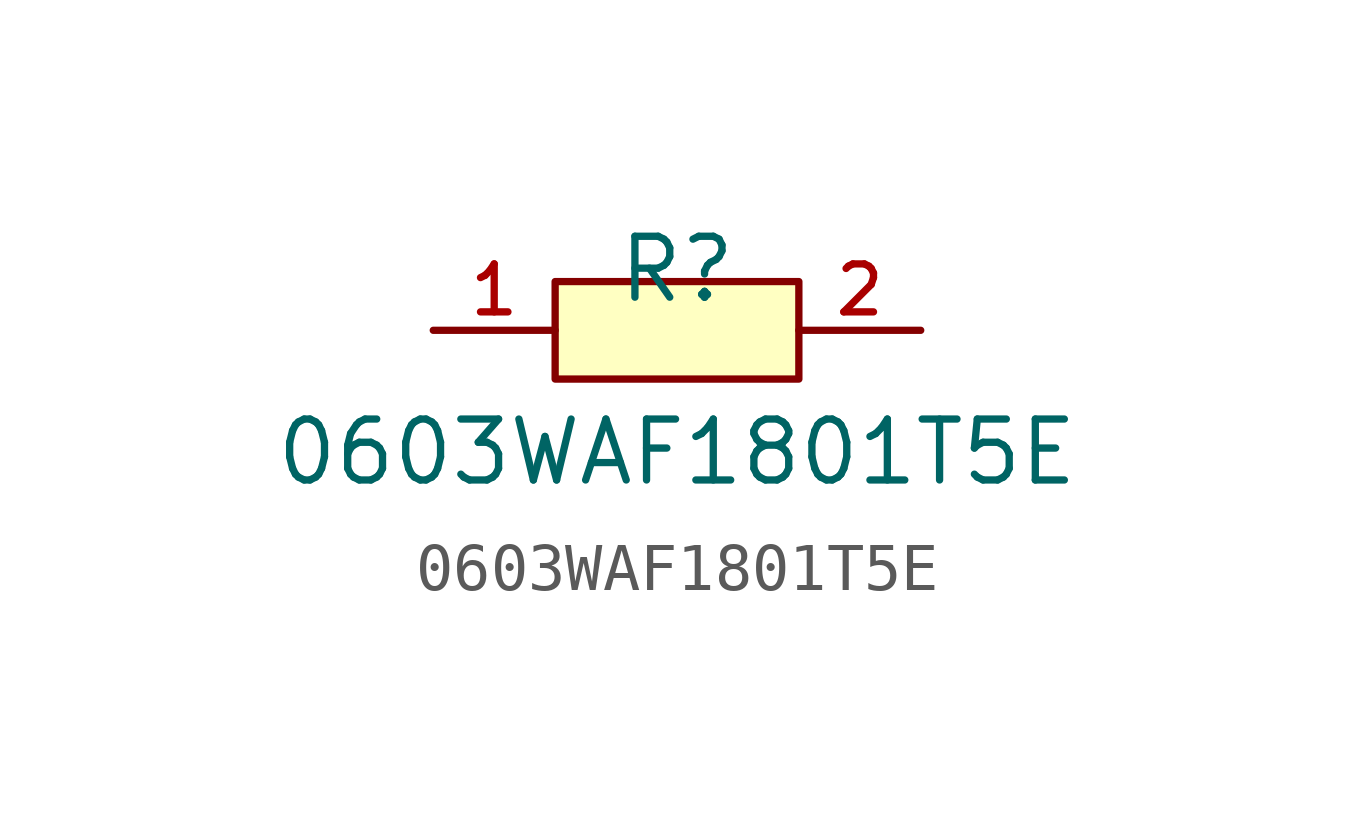
<source format=kicad_sym>
(kicad_symbol_lib
  (version 20210201)
  (generator TousstNicolas/JLC2KiCad_lib)
  (symbol "0603WAF1801T5E"
    (pin_names hide)
    (property "Reference" "R"
      (at 0 1.27 0)
      (effects (font (size 1.27 1.27))))
    (property "Value" "0603WAF1801T5E"
      (at 0 -2.54 0)
      (effects (font (size 1.27 1.27))))
    (symbol "0603WAF1801T5E_0_1"
      (pin input line (at 5.08 -0.0 180) (length 2.54) (name "2" (effects (font (size 1 1)))) (number "2" (effects (font (size 1 1)))))
      (pin input line (at -5.08 -0.0 0) (length 2.54) (name "1" (effects (font (size 1 1)))) (number "1" (effects (font (size 1 1)))))
      (rectangle (start -2.54 1.016) (end 2.54 -1.016) (stroke (width 0) (type default) (color 0 0 0 0)) (fill (type background))))))
</source>
